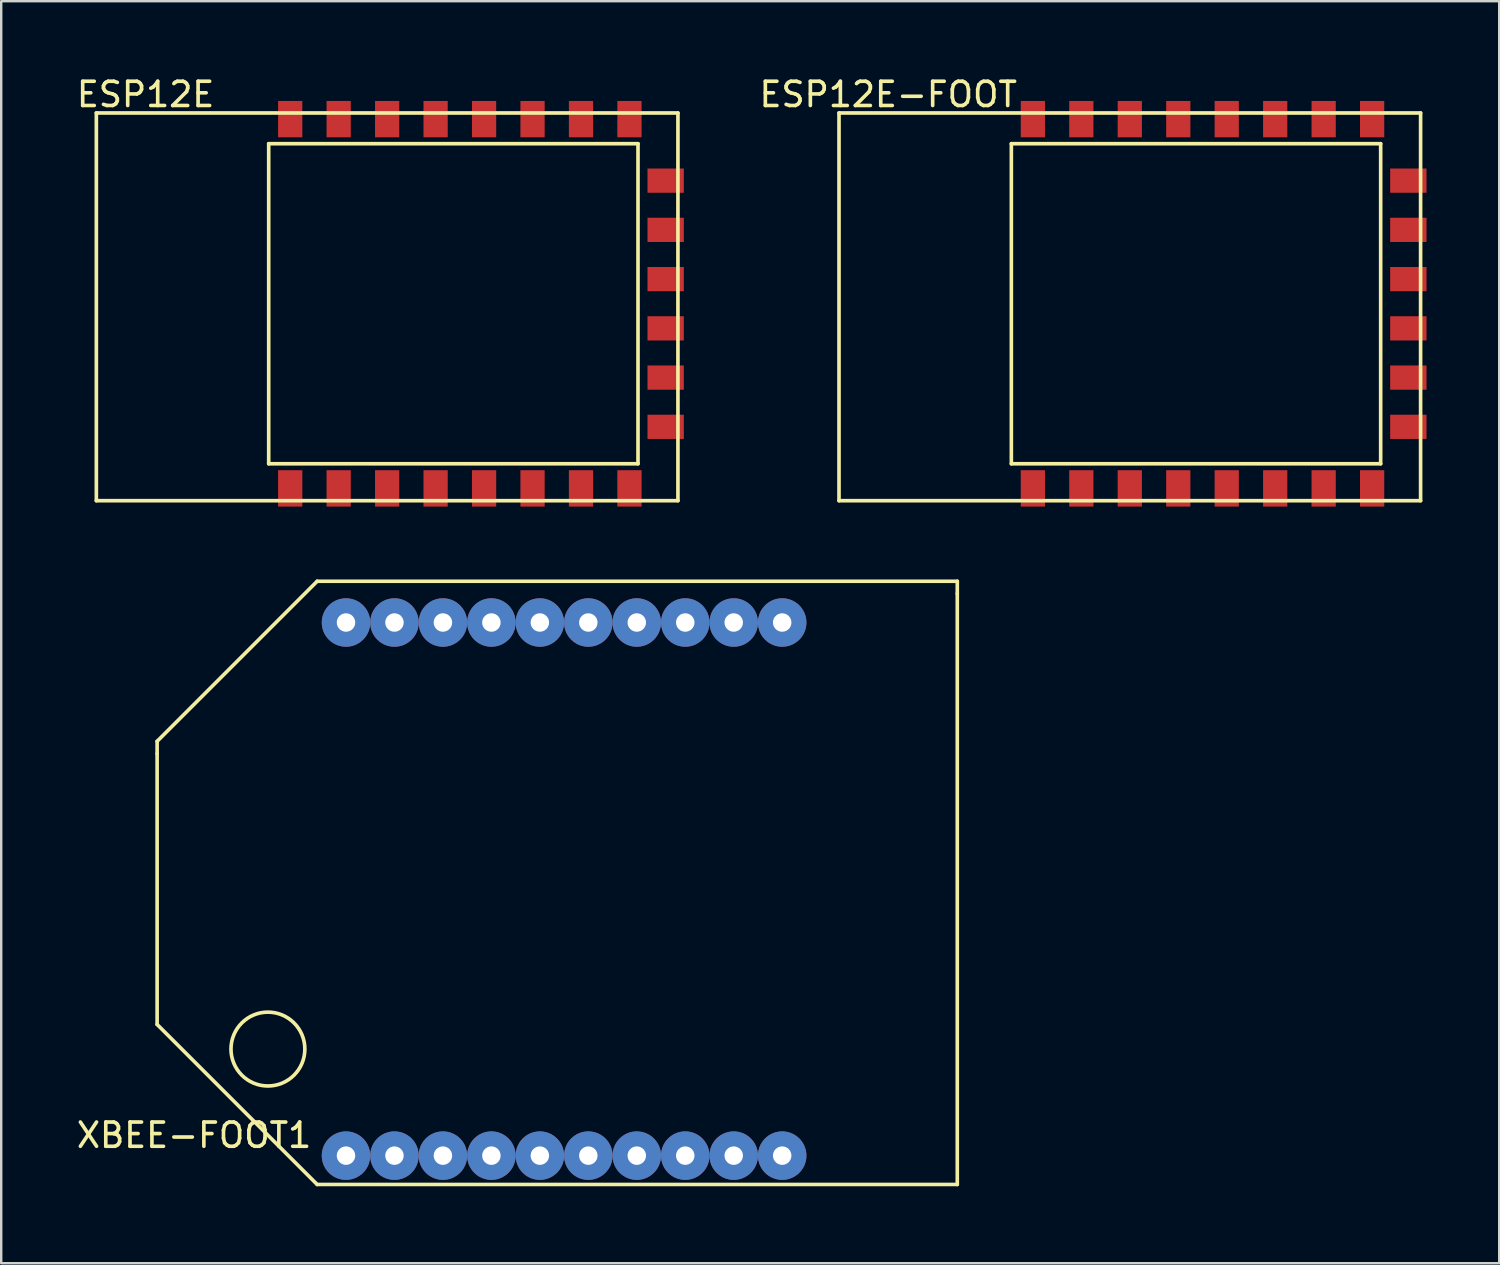
<source format=kicad_pcb>
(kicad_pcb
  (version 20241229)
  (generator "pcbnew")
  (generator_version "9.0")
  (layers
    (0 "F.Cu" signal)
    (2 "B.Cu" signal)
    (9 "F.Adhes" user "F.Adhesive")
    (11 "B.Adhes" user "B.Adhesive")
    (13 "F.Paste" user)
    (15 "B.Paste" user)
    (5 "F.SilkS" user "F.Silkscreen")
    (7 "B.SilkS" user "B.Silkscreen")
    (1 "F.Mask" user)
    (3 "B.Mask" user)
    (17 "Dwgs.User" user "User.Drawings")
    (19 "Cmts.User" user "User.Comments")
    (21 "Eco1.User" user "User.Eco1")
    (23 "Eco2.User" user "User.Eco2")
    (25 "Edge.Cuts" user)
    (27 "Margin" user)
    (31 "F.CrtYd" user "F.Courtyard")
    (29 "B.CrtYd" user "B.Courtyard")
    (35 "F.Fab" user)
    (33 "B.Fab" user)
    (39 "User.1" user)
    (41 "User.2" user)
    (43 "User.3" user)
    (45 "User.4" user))
  (footprint "XBEE-FOOT1"
    (layer "F.Cu")
    (at 10.038 45.829)
    (property "Reference" "XBEE-FOOT1" (at -5.08 -2.032 0) (layer "F.SilkS") (effects (font (size 1 1) (thickness 0.15))))
    (attr through_hole)
    (fp_line (start -6.604 -18.288) (end 0 -24.892) (stroke (width 0.15) (type solid)) (layer "F.SilkS"))
    (fp_line (start -6.604 -17.78) (end -6.604 -18.288) (stroke (width 0.15) (type solid)) (layer "F.SilkS"))
    (fp_line (start -6.604 -6.604) (end -6.604 -17.78) (stroke (width 0.15) (type solid)) (layer "F.SilkS"))
    (fp_line (start -6.604 -6.604) (end 0 0) (stroke (width 0.15) (type solid)) (layer "F.SilkS"))
    (fp_line (start 0 -24.892) (end 26.416 -24.892) (stroke (width 0.15) (type solid)) (layer "F.SilkS"))
    (fp_line (start 26.416 -24.892) (end 26.416 -24.384) (stroke (width 0.15) (type solid)) (layer "F.SilkS"))
    (fp_line (start 26.416 -24.384) (end 26.416 0) (stroke (width 0.15) (type solid)) (layer "F.SilkS"))
    (fp_line (start 26.416 0) (end 0 0) (stroke (width 0.15) (type solid)) (layer "F.SilkS"))
    (fp_circle (center -2.032 -5.588) (end -2.032 -4.064) (stroke (width 0.15) (type solid)) (fill no) (layer "F.SilkS"))
    (pad "1" thru_hole circle (at 1.19 -1.19) (size 2 2) (drill 0.762) (layers "*.Cu" "*.Mask"))
    (pad "2" thru_hole circle (at 3.19 -1.19) (size 2 2) (drill 0.762) (layers "*.Cu" "*.Mask"))
    (pad "3" thru_hole circle (at 5.19 -1.19) (size 2 2) (drill 0.762) (layers "*.Cu" "*.Mask"))
    (pad "4" thru_hole circle (at 7.19 -1.19) (size 2 2) (drill 0.762) (layers "*.Cu" "*.Mask"))
    (pad "5" thru_hole circle (at 9.19 -1.19) (size 2 2) (drill 0.762) (layers "*.Cu" "*.Mask"))
    (pad "6" thru_hole circle (at 11.19 -1.19) (size 2 2) (drill 0.762) (layers "*.Cu" "*.Mask"))
    (pad "7" thru_hole circle (at 13.19 -1.19) (size 2 2) (drill 0.762) (layers "*.Cu" "*.Mask"))
    (pad "8" thru_hole circle (at 15.19 -1.19) (size 2 2) (drill 0.762) (layers "*.Cu" "*.Mask"))
    (pad "9" thru_hole circle (at 17.19 -1.19) (size 2 2) (drill 0.762) (layers "*.Cu" "*.Mask"))
    (pad "10" thru_hole circle (at 19.19 -1.19) (size 2 2) (drill 0.762) (layers "*.Cu" "*.Mask"))
    (pad "11" thru_hole circle (at 19.19 -23.19) (size 2 2) (drill 0.762) (layers "*.Cu" "*.Mask"))
    (pad "12" thru_hole circle (at 17.19 -23.19) (size 2 2) (drill 0.762) (layers "*.Cu" "*.Mask"))
    (pad "13" thru_hole circle (at 15.19 -23.19) (size 2 2) (drill 0.762) (layers "*.Cu" "*.Mask"))
    (pad "14" thru_hole circle (at 13.19 -23.19) (size 2 2) (drill 0.762) (layers "*.Cu" "*.Mask"))
    (pad "15" thru_hole circle (at 11.19 -23.19) (size 2 2) (drill 0.762) (layers "*.Cu" "*.Mask"))
    (pad "16" thru_hole circle (at 9.19 -23.19) (size 2 2) (drill 0.762) (layers "*.Cu" "*.Mask"))
    (pad "17" thru_hole circle (at 7.19 -23.19) (size 2 2) (drill 0.762) (layers "*.Cu" "*.Mask"))
    (pad "18" thru_hole circle (at 5.19 -23.19) (size 2 2) (drill 0.762) (layers "*.Cu" "*.Mask"))
    (pad "19" thru_hole circle (at 3.19 -23.19) (size 2 2) (drill 0.762) (layers "*.Cu" "*.Mask"))
    (pad "20" thru_hole circle (at 1.19 -23.19) (size 2 2) (drill 0.762) (layers "*.Cu" "*.Mask")))
  (footprint "ESP12E"
    (layer "F.Cu")
    (at 0.926 17.612)
    (property "Reference" "ESP12E" (at 2.032 -16.764 0) (layer "F.SilkS") (effects (font (size 1 1) (thickness 0.15))))
    (attr through_hole)
    (fp_line (start 0 -16) (end 24 -16) (stroke (width 0.15) (type solid)) (layer "F.SilkS"))
    (fp_line (start 0 0) (end 0 -16) (stroke (width 0.15) (type solid)) (layer "F.SilkS"))
    (fp_line (start 7.112 -14.732) (end 22.352 -14.732) (stroke (width 0.15) (type solid)) (layer "F.SilkS"))
    (fp_line (start 7.112 -1.524) (end 7.112 -14.732) (stroke (width 0.15) (type solid)) (layer "F.SilkS"))
    (fp_line (start 22.352 -14.732) (end 22.352 -1.524) (stroke (width 0.15) (type solid)) (layer "F.SilkS"))
    (fp_line (start 22.352 -1.524) (end 7.112 -1.524) (stroke (width 0.15) (type solid)) (layer "F.SilkS"))
    (fp_line (start 24 -16) (end 24 0) (stroke (width 0.15) (type solid)) (layer "F.SilkS"))
    (fp_line (start 24 0) (end 0 0) (stroke (width 0.15) (type solid)) (layer "F.SilkS"))
    (pad "1" smd rect (at 8 -0.508) (size 1 1.5) (layers "F.Cu" "F.Mask" "F.Paste"))
    (pad "2" smd rect (at 10 -0.508) (size 1 1.5) (layers "F.Cu" "F.Mask" "F.Paste"))
    (pad "3" smd rect (at 12 -0.508) (size 1 1.5) (layers "F.Cu" "F.Mask" "F.Paste"))
    (pad "4" smd rect (at 14 -0.508) (size 1 1.5) (layers "F.Cu" "F.Mask" "F.Paste"))
    (pad "5" smd rect (at 16 -0.508) (size 1 1.5) (layers "F.Cu" "F.Mask" "F.Paste"))
    (pad "6" smd rect (at 18 -0.508) (size 1 1.5) (layers "F.Cu" "F.Mask" "F.Paste"))
    (pad "7" smd rect (at 20 -0.508) (size 1 1.5) (layers "F.Cu" "F.Mask" "F.Paste"))
    (pad "8" smd rect (at 22 -0.508) (size 1 1.5) (layers "F.Cu" "F.Mask" "F.Paste"))
    (pad "9" smd rect (at 22 -15.746) (size 1 1.5) (layers "F.Cu" "F.Mask" "F.Paste"))
    (pad "10" smd rect (at 20 -15.746) (size 1 1.5) (layers "F.Cu" "F.Mask" "F.Paste"))
    (pad "11" smd rect (at 18 -15.746) (size 1 1.5) (layers "F.Cu" "F.Mask" "F.Paste"))
    (pad "12" smd rect (at 16 -15.746) (size 1 1.5) (layers "F.Cu" "F.Mask" "F.Paste"))
    (pad "13" smd rect (at 14 -15.746) (size 1 1.5) (layers "F.Cu" "F.Mask" "F.Paste"))
    (pad "14" smd rect (at 12 -15.746) (size 1 1.5) (layers "F.Cu" "F.Mask" "F.Paste"))
    (pad "15" smd rect (at 10 -15.746) (size 1 1.5) (layers "F.Cu" "F.Mask" "F.Paste"))
    (pad "16" smd rect (at 8 -15.746) (size 1 1.5) (layers "F.Cu" "F.Mask" "F.Paste"))
    (pad "17" smd rect (at 23.494 -3.048) (size 1.5 1) (layers "F.Cu" "F.Mask" "F.Paste"))
    (pad "18" smd rect (at 23.494 -5.08) (size 1.5 1) (layers "F.Cu" "F.Mask" "F.Paste"))
    (pad "19" smd rect (at 23.494 -7.112) (size 1.5 1) (layers "F.Cu" "F.Mask" "F.Paste"))
    (pad "20" smd rect (at 23.494 -9.144) (size 1.5 1) (layers "F.Cu" "F.Mask" "F.Paste"))
    (pad "21" smd rect (at 23.494 -11.176) (size 1.5 1) (layers "F.Cu" "F.Mask" "F.Paste"))
    (pad "22" smd rect (at 23.494 -13.208) (size 1.5 1) (layers "F.Cu" "F.Mask" "F.Paste")))
  (footprint "ESP12E-FOOT"
    (layer "F.Cu")
    (at 31.573 17.612)
    (property "Reference" "ESP12E-FOOT" (at 2.032 -16.764 0) (layer "F.SilkS") (effects (font (size 1 1) (thickness 0.15))))
    (attr through_hole)
    (fp_line (start 0 -16) (end 24 -16) (stroke (width 0.15) (type solid)) (layer "F.SilkS"))
    (fp_line (start 0 0) (end 0 -16) (stroke (width 0.15) (type solid)) (layer "F.SilkS"))
    (fp_line (start 7.112 -14.732) (end 22.352 -14.732) (stroke (width 0.15) (type solid)) (layer "F.SilkS"))
    (fp_line (start 7.112 -1.524) (end 7.112 -14.732) (stroke (width 0.15) (type solid)) (layer "F.SilkS"))
    (fp_line (start 22.352 -14.732) (end 22.352 -1.524) (stroke (width 0.15) (type solid)) (layer "F.SilkS"))
    (fp_line (start 22.352 -1.524) (end 7.112 -1.524) (stroke (width 0.15) (type solid)) (layer "F.SilkS"))
    (fp_line (start 24 -16) (end 24 0) (stroke (width 0.15) (type solid)) (layer "F.SilkS"))
    (fp_line (start 24 0) (end 0 0) (stroke (width 0.15) (type solid)) (layer "F.SilkS"))
    (pad "1" smd rect (at 8 -0.508) (size 1 1.5) (layers "F.Cu" "F.Mask" "F.Paste"))
    (pad "2" smd rect (at 10 -0.508) (size 1 1.5) (layers "F.Cu" "F.Mask" "F.Paste"))
    (pad "3" smd rect (at 12 -0.508) (size 1 1.5) (layers "F.Cu" "F.Mask" "F.Paste"))
    (pad "4" smd rect (at 14 -0.508) (size 1 1.5) (layers "F.Cu" "F.Mask" "F.Paste"))
    (pad "5" smd rect (at 16 -0.508) (size 1 1.5) (layers "F.Cu" "F.Mask" "F.Paste"))
    (pad "6" smd rect (at 18 -0.508) (size 1 1.5) (layers "F.Cu" "F.Mask" "F.Paste"))
    (pad "7" smd rect (at 20 -0.508) (size 1 1.5) (layers "F.Cu" "F.Mask" "F.Paste"))
    (pad "8" smd rect (at 22 -0.508) (size 1 1.5) (layers "F.Cu" "F.Mask" "F.Paste"))
    (pad "9" smd rect (at 22 -15.746) (size 1 1.5) (layers "F.Cu" "F.Mask" "F.Paste"))
    (pad "10" smd rect (at 20 -15.746) (size 1 1.5) (layers "F.Cu" "F.Mask" "F.Paste"))
    (pad "11" smd rect (at 18 -15.746) (size 1 1.5) (layers "F.Cu" "F.Mask" "F.Paste"))
    (pad "12" smd rect (at 16 -15.746) (size 1 1.5) (layers "F.Cu" "F.Mask" "F.Paste"))
    (pad "13" smd rect (at 14 -15.746) (size 1 1.5) (layers "F.Cu" "F.Mask" "F.Paste"))
    (pad "14" smd rect (at 12 -15.746) (size 1 1.5) (layers "F.Cu" "F.Mask" "F.Paste"))
    (pad "15" smd rect (at 10 -15.746) (size 1 1.5) (layers "F.Cu" "F.Mask" "F.Paste"))
    (pad "16" smd rect (at 8 -15.746) (size 1 1.5) (layers "F.Cu" "F.Mask" "F.Paste"))
    (pad "17" smd rect (at 23.494 -3.048) (size 1.5 1) (layers "F.Cu" "F.Mask" "F.Paste"))
    (pad "18" smd rect (at 23.494 -5.08) (size 1.5 1) (layers "F.Cu" "F.Mask" "F.Paste"))
    (pad "19" smd rect (at 23.494 -7.112) (size 1.5 1) (layers "F.Cu" "F.Mask" "F.Paste"))
    (pad "20" smd rect (at 23.494 -9.144) (size 1.5 1) (layers "F.Cu" "F.Mask" "F.Paste"))
    (pad "21" smd rect (at 23.494 -11.176) (size 1.5 1) (layers "F.Cu" "F.Mask" "F.Paste"))
    (pad "22" smd rect (at 23.494 -13.208) (size 1.5 1) (layers "F.Cu" "F.Mask" "F.Paste")))
  (gr_rect
    (start -3 -3)
    (end 58.817 49.079)
    (stroke (width 0.1) (type default))
    (fill no)
    (layer "Edge.Cuts")))
</source>
